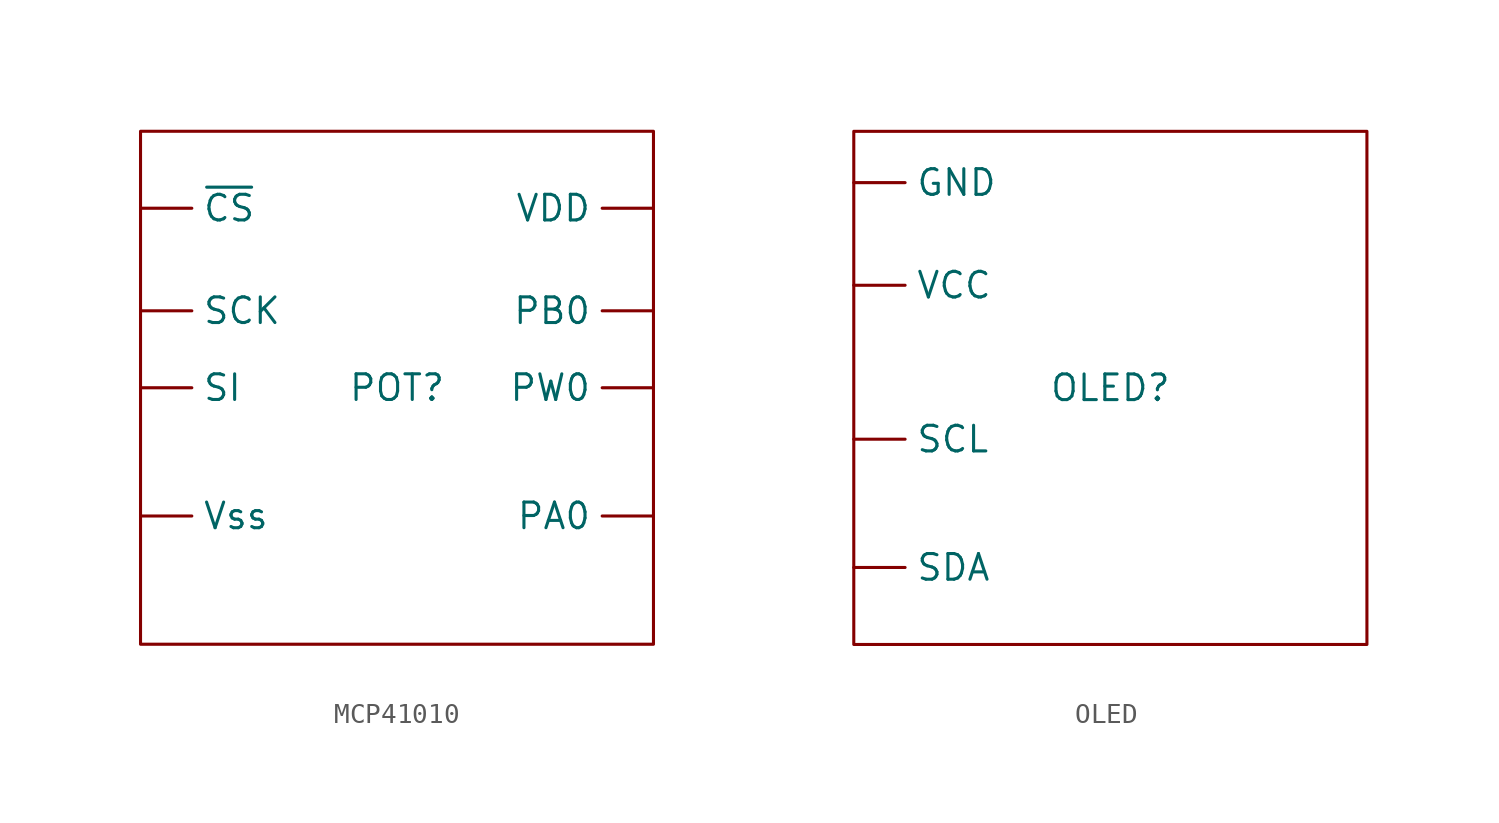
<source format=kicad_sym>
(kicad_symbol_lib
  (version 20241209)
  (generator "kicad_symbol_editor")
  (generator_version "9.0")
  (symbol "MCP41010"
    (property "Reference" "POT"
      (at 0 0 0)
      (effects (font (size 1.27 1.27))))
    (property "Value" ""
      (at 0 0 0)
      (effects (font (size 1.27 1.27))))
    (symbol "MCP41010_0_1"
      (rectangle (start -12.7 12.7) (end 12.7 -12.7) (stroke (width 0) (type default)) (fill (type none))))
    (symbol "MCP41010_1_1"
      (pin input line (at -12.7 8.89 0) (length 2.54) (name "~{CS}" (effects (font (size 1.27 1.27)))) (number "" (effects (font (size 1.27 1.27)))))
      (pin input line (at -12.7 3.81 0) (length 2.54) (name "SCK" (effects (font (size 1.27 1.27)))) (number "" (effects (font (size 1.27 1.27)))))
      (pin input line (at -12.7 0 0) (length 2.54) (name "SI" (effects (font (size 1.27 1.27)))) (number "" (effects (font (size 1.27 1.27)))))
      (pin input line (at -12.7 -6.35 0) (length 2.54) (name "Vss" (effects (font (size 1.27 1.27)))) (number "" (effects (font (size 1.27 1.27)))))
      (pin input line (at 12.7 8.89 180) (length 2.54) (name "VDD" (effects (font (size 1.27 1.27)))) (number "" (effects (font (size 1.27 1.27)))))
      (pin input line (at 12.7 3.81 180) (length 2.54) (name "PB0" (effects (font (size 1.27 1.27)))) (number "" (effects (font (size 1.27 1.27)))))
      (pin input line (at 12.7 0 180) (length 2.54) (name "PW0" (effects (font (size 1.27 1.27)))) (number "" (effects (font (size 1.27 1.27)))))
      (pin input line (at 12.7 -6.35 180) (length 2.54) (name "PA0" (effects (font (size 1.27 1.27)))) (number "" (effects (font (size 1.27 1.27)))))))
  (symbol "OLED"
    (property "Reference" "OLED"
      (at 0 0 0)
      (effects (font (size 1.27 1.27))))
    (property "Value" ""
      (at 0 0 0)
      (effects (font (size 1.27 1.27))))
    (symbol "OLED_0_1"
      (rectangle (start -12.7 12.7) (end 12.7 -12.7) (stroke (width 0) (type default)) (fill (type none))))
    (symbol "OLED_1_1"
      (pin input line (at -12.7 10.16 0) (length 2.54) (name "GND" (effects (font (size 1.27 1.27)))) (number "" (effects (font (size 1.27 1.27)))))
      (pin input line (at -12.7 5.08 0) (length 2.54) (name "VCC" (effects (font (size 1.27 1.27)))) (number "" (effects (font (size 1.27 1.27)))))
      (pin input line (at -12.7 -2.54 0) (length 2.54) (name "SCL" (effects (font (size 1.27 1.27)))) (number "" (effects (font (size 1.27 1.27)))))
      (pin input line (at -12.7 -8.89 0) (length 2.54) (name "SDA" (effects (font (size 1.27 1.27)))) (number "" (effects (font (size 1.27 1.27))))))))
</source>
